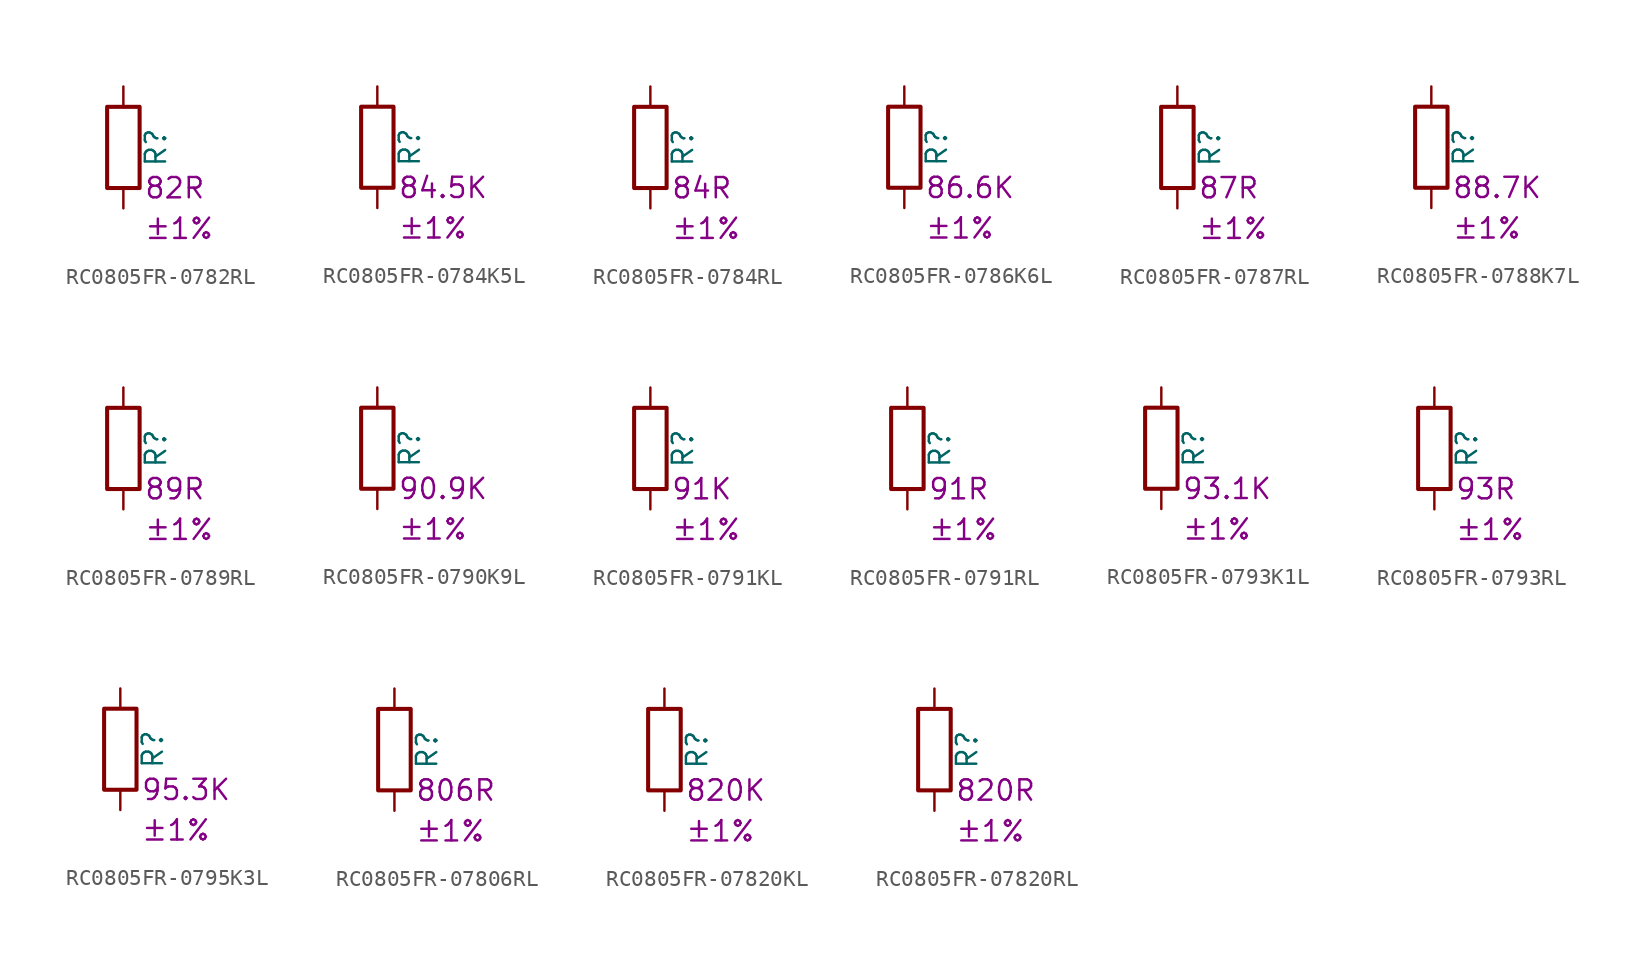
<source format=kicad_sym>
(kicad_symbol_lib
  (version 20220914)
  (generator kicad_symbol_editor)
  (symbol "RC0805FR-0782RL"
    (pin_numbers hide)
    (pin_names
      (offset 0))
    (property "Reference" "R"
      (at 2.032 0 90)
      (effects (font (size 1.27 1.27))))
    (property "Resistance" "82R"
      (at 1.27 -2.54 0)
      (effects (font (size 1.27 1.27)) (justify left)))
    (property "Tolerance" "±1%"
      (at 1.27 -5.08 0)
      (effects (font (size 1.27 1.27)) (justify left)))
    (symbol "RC0805FR-0782RL_0_1"
      (rectangle (start -1.016 -2.54) (end 1.016 2.54) (stroke (width 0.254) (type default)) (fill (type none))))
    (symbol "RC0805FR-0782RL_1_1"
      (pin passive line (at 0 3.81 270) (length 1.27) (name "~" (effects (font (size 1.27 1.27)))) (number "1" (effects (font (size 1.27 1.27)))))
      (pin passive line (at 0 -3.81 90) (length 1.27) (name "~" (effects (font (size 1.27 1.27)))) (number "2" (effects (font (size 1.27 1.27)))))))
  (symbol "RC0805FR-0784K5L"
    (pin_numbers hide)
    (pin_names
      (offset 0))
    (property "Reference" "R"
      (at 2.032 0 90)
      (effects (font (size 1.27 1.27))))
    (property "Resistance" "84.5K"
      (at 1.27 -2.54 0)
      (effects (font (size 1.27 1.27)) (justify left)))
    (property "Tolerance" "±1%"
      (at 1.27 -5.08 0)
      (effects (font (size 1.27 1.27)) (justify left)))
    (symbol "RC0805FR-0784K5L_0_1"
      (rectangle (start -1.016 -2.54) (end 1.016 2.54) (stroke (width 0.254) (type default)) (fill (type none))))
    (symbol "RC0805FR-0784K5L_1_1"
      (pin passive line (at 0 3.81 270) (length 1.27) (name "~" (effects (font (size 1.27 1.27)))) (number "1" (effects (font (size 1.27 1.27)))))
      (pin passive line (at 0 -3.81 90) (length 1.27) (name "~" (effects (font (size 1.27 1.27)))) (number "2" (effects (font (size 1.27 1.27)))))))
  (symbol "RC0805FR-0784RL"
    (pin_numbers hide)
    (pin_names
      (offset 0))
    (property "Reference" "R"
      (at 2.032 0 90)
      (effects (font (size 1.27 1.27))))
    (property "Resistance" "84R"
      (at 1.27 -2.54 0)
      (effects (font (size 1.27 1.27)) (justify left)))
    (property "Tolerance" "±1%"
      (at 1.27 -5.08 0)
      (effects (font (size 1.27 1.27)) (justify left)))
    (symbol "RC0805FR-0784RL_0_1"
      (rectangle (start -1.016 -2.54) (end 1.016 2.54) (stroke (width 0.254) (type default)) (fill (type none))))
    (symbol "RC0805FR-0784RL_1_1"
      (pin passive line (at 0 3.81 270) (length 1.27) (name "~" (effects (font (size 1.27 1.27)))) (number "1" (effects (font (size 1.27 1.27)))))
      (pin passive line (at 0 -3.81 90) (length 1.27) (name "~" (effects (font (size 1.27 1.27)))) (number "2" (effects (font (size 1.27 1.27)))))))
  (symbol "RC0805FR-0786K6L"
    (pin_numbers hide)
    (pin_names
      (offset 0))
    (property "Reference" "R"
      (at 2.032 0 90)
      (effects (font (size 1.27 1.27))))
    (property "Resistance" "86.6K"
      (at 1.27 -2.54 0)
      (effects (font (size 1.27 1.27)) (justify left)))
    (property "Tolerance" "±1%"
      (at 1.27 -5.08 0)
      (effects (font (size 1.27 1.27)) (justify left)))
    (symbol "RC0805FR-0786K6L_0_1"
      (rectangle (start -1.016 -2.54) (end 1.016 2.54) (stroke (width 0.254) (type default)) (fill (type none))))
    (symbol "RC0805FR-0786K6L_1_1"
      (pin passive line (at 0 3.81 270) (length 1.27) (name "~" (effects (font (size 1.27 1.27)))) (number "1" (effects (font (size 1.27 1.27)))))
      (pin passive line (at 0 -3.81 90) (length 1.27) (name "~" (effects (font (size 1.27 1.27)))) (number "2" (effects (font (size 1.27 1.27)))))))
  (symbol "RC0805FR-0787RL"
    (pin_numbers hide)
    (pin_names
      (offset 0))
    (property "Reference" "R"
      (at 2.032 0 90)
      (effects (font (size 1.27 1.27))))
    (property "Resistance" "87R"
      (at 1.27 -2.54 0)
      (effects (font (size 1.27 1.27)) (justify left)))
    (property "Tolerance" "±1%"
      (at 1.27 -5.08 0)
      (effects (font (size 1.27 1.27)) (justify left)))
    (symbol "RC0805FR-0787RL_0_1"
      (rectangle (start -1.016 -2.54) (end 1.016 2.54) (stroke (width 0.254) (type default)) (fill (type none))))
    (symbol "RC0805FR-0787RL_1_1"
      (pin passive line (at 0 3.81 270) (length 1.27) (name "~" (effects (font (size 1.27 1.27)))) (number "1" (effects (font (size 1.27 1.27)))))
      (pin passive line (at 0 -3.81 90) (length 1.27) (name "~" (effects (font (size 1.27 1.27)))) (number "2" (effects (font (size 1.27 1.27)))))))
  (symbol "RC0805FR-0788K7L"
    (pin_numbers hide)
    (pin_names
      (offset 0))
    (property "Reference" "R"
      (at 2.032 0 90)
      (effects (font (size 1.27 1.27))))
    (property "Resistance" "88.7K"
      (at 1.27 -2.54 0)
      (effects (font (size 1.27 1.27)) (justify left)))
    (property "Tolerance" "±1%"
      (at 1.27 -5.08 0)
      (effects (font (size 1.27 1.27)) (justify left)))
    (symbol "RC0805FR-0788K7L_0_1"
      (rectangle (start -1.016 -2.54) (end 1.016 2.54) (stroke (width 0.254) (type default)) (fill (type none))))
    (symbol "RC0805FR-0788K7L_1_1"
      (pin passive line (at 0 3.81 270) (length 1.27) (name "~" (effects (font (size 1.27 1.27)))) (number "1" (effects (font (size 1.27 1.27)))))
      (pin passive line (at 0 -3.81 90) (length 1.27) (name "~" (effects (font (size 1.27 1.27)))) (number "2" (effects (font (size 1.27 1.27)))))))
  (symbol "RC0805FR-0789RL"
    (pin_numbers hide)
    (pin_names
      (offset 0))
    (property "Reference" "R"
      (at 2.032 0 90)
      (effects (font (size 1.27 1.27))))
    (property "Resistance" "89R"
      (at 1.27 -2.54 0)
      (effects (font (size 1.27 1.27)) (justify left)))
    (property "Tolerance" "±1%"
      (at 1.27 -5.08 0)
      (effects (font (size 1.27 1.27)) (justify left)))
    (symbol "RC0805FR-0789RL_0_1"
      (rectangle (start -1.016 -2.54) (end 1.016 2.54) (stroke (width 0.254) (type default)) (fill (type none))))
    (symbol "RC0805FR-0789RL_1_1"
      (pin passive line (at 0 3.81 270) (length 1.27) (name "~" (effects (font (size 1.27 1.27)))) (number "1" (effects (font (size 1.27 1.27)))))
      (pin passive line (at 0 -3.81 90) (length 1.27) (name "~" (effects (font (size 1.27 1.27)))) (number "2" (effects (font (size 1.27 1.27)))))))
  (symbol "RC0805FR-0790K9L"
    (pin_numbers hide)
    (pin_names
      (offset 0))
    (property "Reference" "R"
      (at 2.032 0 90)
      (effects (font (size 1.27 1.27))))
    (property "Resistance" "90.9K"
      (at 1.27 -2.54 0)
      (effects (font (size 1.27 1.27)) (justify left)))
    (property "Tolerance" "±1%"
      (at 1.27 -5.08 0)
      (effects (font (size 1.27 1.27)) (justify left)))
    (symbol "RC0805FR-0790K9L_0_1"
      (rectangle (start -1.016 -2.54) (end 1.016 2.54) (stroke (width 0.254) (type default)) (fill (type none))))
    (symbol "RC0805FR-0790K9L_1_1"
      (pin passive line (at 0 3.81 270) (length 1.27) (name "~" (effects (font (size 1.27 1.27)))) (number "1" (effects (font (size 1.27 1.27)))))
      (pin passive line (at 0 -3.81 90) (length 1.27) (name "~" (effects (font (size 1.27 1.27)))) (number "2" (effects (font (size 1.27 1.27)))))))
  (symbol "RC0805FR-0791KL"
    (pin_numbers hide)
    (pin_names
      (offset 0))
    (property "Reference" "R"
      (at 2.032 0 90)
      (effects (font (size 1.27 1.27))))
    (property "Resistance" "91K"
      (at 1.27 -2.54 0)
      (effects (font (size 1.27 1.27)) (justify left)))
    (property "Tolerance" "±1%"
      (at 1.27 -5.08 0)
      (effects (font (size 1.27 1.27)) (justify left)))
    (symbol "RC0805FR-0791KL_0_1"
      (rectangle (start -1.016 -2.54) (end 1.016 2.54) (stroke (width 0.254) (type default)) (fill (type none))))
    (symbol "RC0805FR-0791KL_1_1"
      (pin passive line (at 0 3.81 270) (length 1.27) (name "~" (effects (font (size 1.27 1.27)))) (number "1" (effects (font (size 1.27 1.27)))))
      (pin passive line (at 0 -3.81 90) (length 1.27) (name "~" (effects (font (size 1.27 1.27)))) (number "2" (effects (font (size 1.27 1.27)))))))
  (symbol "RC0805FR-0791RL"
    (pin_numbers hide)
    (pin_names
      (offset 0))
    (property "Reference" "R"
      (at 2.032 0 90)
      (effects (font (size 1.27 1.27))))
    (property "Resistance" "91R"
      (at 1.27 -2.54 0)
      (effects (font (size 1.27 1.27)) (justify left)))
    (property "Tolerance" "±1%"
      (at 1.27 -5.08 0)
      (effects (font (size 1.27 1.27)) (justify left)))
    (symbol "RC0805FR-0791RL_0_1"
      (rectangle (start -1.016 -2.54) (end 1.016 2.54) (stroke (width 0.254) (type default)) (fill (type none))))
    (symbol "RC0805FR-0791RL_1_1"
      (pin passive line (at 0 3.81 270) (length 1.27) (name "~" (effects (font (size 1.27 1.27)))) (number "1" (effects (font (size 1.27 1.27)))))
      (pin passive line (at 0 -3.81 90) (length 1.27) (name "~" (effects (font (size 1.27 1.27)))) (number "2" (effects (font (size 1.27 1.27)))))))
  (symbol "RC0805FR-0793K1L"
    (pin_numbers hide)
    (pin_names
      (offset 0))
    (property "Reference" "R"
      (at 2.032 0 90)
      (effects (font (size 1.27 1.27))))
    (property "Resistance" "93.1K"
      (at 1.27 -2.54 0)
      (effects (font (size 1.27 1.27)) (justify left)))
    (property "Tolerance" "±1%"
      (at 1.27 -5.08 0)
      (effects (font (size 1.27 1.27)) (justify left)))
    (symbol "RC0805FR-0793K1L_0_1"
      (rectangle (start -1.016 -2.54) (end 1.016 2.54) (stroke (width 0.254) (type default)) (fill (type none))))
    (symbol "RC0805FR-0793K1L_1_1"
      (pin passive line (at 0 3.81 270) (length 1.27) (name "~" (effects (font (size 1.27 1.27)))) (number "1" (effects (font (size 1.27 1.27)))))
      (pin passive line (at 0 -3.81 90) (length 1.27) (name "~" (effects (font (size 1.27 1.27)))) (number "2" (effects (font (size 1.27 1.27)))))))
  (symbol "RC0805FR-0793RL"
    (pin_numbers hide)
    (pin_names
      (offset 0))
    (property "Reference" "R"
      (at 2.032 0 90)
      (effects (font (size 1.27 1.27))))
    (property "Resistance" "93R"
      (at 1.27 -2.54 0)
      (effects (font (size 1.27 1.27)) (justify left)))
    (property "Tolerance" "±1%"
      (at 1.27 -5.08 0)
      (effects (font (size 1.27 1.27)) (justify left)))
    (symbol "RC0805FR-0793RL_0_1"
      (rectangle (start -1.016 -2.54) (end 1.016 2.54) (stroke (width 0.254) (type default)) (fill (type none))))
    (symbol "RC0805FR-0793RL_1_1"
      (pin passive line (at 0 3.81 270) (length 1.27) (name "~" (effects (font (size 1.27 1.27)))) (number "1" (effects (font (size 1.27 1.27)))))
      (pin passive line (at 0 -3.81 90) (length 1.27) (name "~" (effects (font (size 1.27 1.27)))) (number "2" (effects (font (size 1.27 1.27)))))))
  (symbol "RC0805FR-0795K3L"
    (pin_numbers hide)
    (pin_names
      (offset 0))
    (property "Reference" "R"
      (at 2.032 0 90)
      (effects (font (size 1.27 1.27))))
    (property "Resistance" "95.3K"
      (at 1.27 -2.54 0)
      (effects (font (size 1.27 1.27)) (justify left)))
    (property "Tolerance" "±1%"
      (at 1.27 -5.08 0)
      (effects (font (size 1.27 1.27)) (justify left)))
    (symbol "RC0805FR-0795K3L_0_1"
      (rectangle (start -1.016 -2.54) (end 1.016 2.54) (stroke (width 0.254) (type default)) (fill (type none))))
    (symbol "RC0805FR-0795K3L_1_1"
      (pin passive line (at 0 3.81 270) (length 1.27) (name "~" (effects (font (size 1.27 1.27)))) (number "1" (effects (font (size 1.27 1.27)))))
      (pin passive line (at 0 -3.81 90) (length 1.27) (name "~" (effects (font (size 1.27 1.27)))) (number "2" (effects (font (size 1.27 1.27)))))))
  (symbol "RC0805FR-07806RL"
    (pin_numbers hide)
    (pin_names
      (offset 0))
    (property "Reference" "R"
      (at 2.032 0 90)
      (effects (font (size 1.27 1.27))))
    (property "Resistance" "806R"
      (at 1.27 -2.54 0)
      (effects (font (size 1.27 1.27)) (justify left)))
    (property "Tolerance" "±1%"
      (at 1.27 -5.08 0)
      (effects (font (size 1.27 1.27)) (justify left)))
    (symbol "RC0805FR-07806RL_0_1"
      (rectangle (start -1.016 -2.54) (end 1.016 2.54) (stroke (width 0.254) (type default)) (fill (type none))))
    (symbol "RC0805FR-07806RL_1_1"
      (pin passive line (at 0 3.81 270) (length 1.27) (name "~" (effects (font (size 1.27 1.27)))) (number "1" (effects (font (size 1.27 1.27)))))
      (pin passive line (at 0 -3.81 90) (length 1.27) (name "~" (effects (font (size 1.27 1.27)))) (number "2" (effects (font (size 1.27 1.27)))))))
  (symbol "RC0805FR-07820KL"
    (pin_numbers hide)
    (pin_names
      (offset 0))
    (property "Reference" "R"
      (at 2.032 0 90)
      (effects (font (size 1.27 1.27))))
    (property "Resistance" "820K"
      (at 1.27 -2.54 0)
      (effects (font (size 1.27 1.27)) (justify left)))
    (property "Tolerance" "±1%"
      (at 1.27 -5.08 0)
      (effects (font (size 1.27 1.27)) (justify left)))
    (symbol "RC0805FR-07820KL_0_1"
      (rectangle (start -1.016 -2.54) (end 1.016 2.54) (stroke (width 0.254) (type default)) (fill (type none))))
    (symbol "RC0805FR-07820KL_1_1"
      (pin passive line (at 0 3.81 270) (length 1.27) (name "~" (effects (font (size 1.27 1.27)))) (number "1" (effects (font (size 1.27 1.27)))))
      (pin passive line (at 0 -3.81 90) (length 1.27) (name "~" (effects (font (size 1.27 1.27)))) (number "2" (effects (font (size 1.27 1.27)))))))
  (symbol "RC0805FR-07820RL"
    (pin_numbers hide)
    (pin_names
      (offset 0))
    (property "Reference" "R"
      (at 2.032 0 90)
      (effects (font (size 1.27 1.27))))
    (property "Resistance" "820R"
      (at 1.27 -2.54 0)
      (effects (font (size 1.27 1.27)) (justify left)))
    (property "Tolerance" "±1%"
      (at 1.27 -5.08 0)
      (effects (font (size 1.27 1.27)) (justify left)))
    (symbol "RC0805FR-07820RL_0_1"
      (rectangle (start -1.016 -2.54) (end 1.016 2.54) (stroke (width 0.254) (type default)) (fill (type none))))
    (symbol "RC0805FR-07820RL_1_1"
      (pin passive line (at 0 3.81 270) (length 1.27) (name "~" (effects (font (size 1.27 1.27)))) (number "1" (effects (font (size 1.27 1.27)))))
      (pin passive line (at 0 -3.81 90) (length 1.27) (name "~" (effects (font (size 1.27 1.27)))) (number "2" (effects (font (size 1.27 1.27))))))))
</source>
